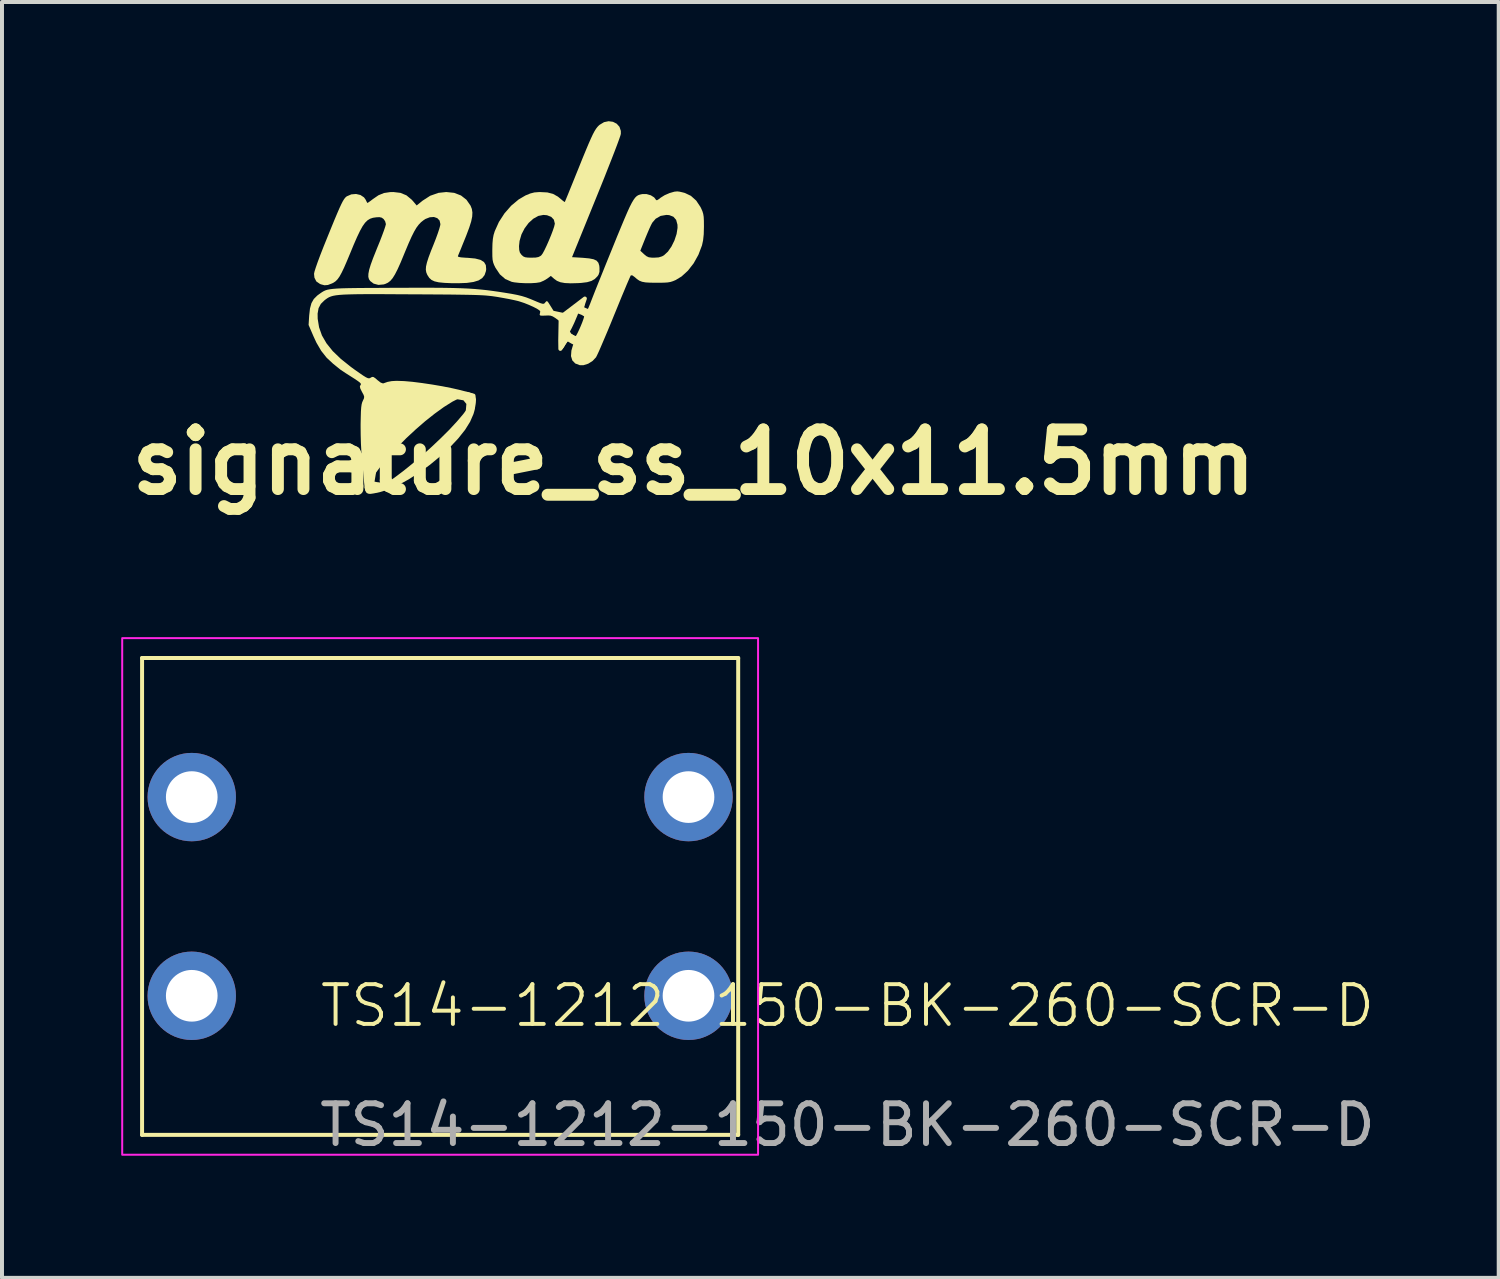
<source format=kicad_pcb>
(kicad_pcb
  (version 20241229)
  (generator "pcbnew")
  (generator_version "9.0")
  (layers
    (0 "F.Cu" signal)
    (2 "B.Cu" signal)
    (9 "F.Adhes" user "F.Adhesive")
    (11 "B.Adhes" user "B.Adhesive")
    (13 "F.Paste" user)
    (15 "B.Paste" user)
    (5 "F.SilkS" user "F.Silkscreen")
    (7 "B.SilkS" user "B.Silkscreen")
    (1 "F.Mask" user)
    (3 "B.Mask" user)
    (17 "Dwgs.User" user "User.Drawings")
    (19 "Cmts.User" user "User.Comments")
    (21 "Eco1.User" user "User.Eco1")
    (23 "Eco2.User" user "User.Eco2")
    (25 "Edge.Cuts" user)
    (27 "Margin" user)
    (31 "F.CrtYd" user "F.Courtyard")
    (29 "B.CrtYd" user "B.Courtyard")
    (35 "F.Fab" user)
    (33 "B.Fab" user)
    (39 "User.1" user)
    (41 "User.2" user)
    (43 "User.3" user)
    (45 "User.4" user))
  (footprint "signature_ss_10x11.5mm"
    (layer "F.Cu")
    (at 9.727 5.748)
    (property "Reference" "signature_ss_10x11.5mm" (at 4.68 2.83 0) (layer "F.SilkS") (effects (font (size 1.5 1.5) (thickness 0.3))))
    (attr board_only exclude_from_pos_files exclude_from_bom)
    (fp_poly (pts (xy -1.31 1.19) (xy -1.089 1.229) (xy -0.99 1.35) (xy -1.01 1.59) (xy -0.889 1.329) (xy -1.039 1.119)) (stroke (width 0.1) (type solid)) (fill yes) (layer "F.SilkS"))
    (fp_poly (pts (xy -3.36 3.06) (xy -3.41 3.36) (xy -3.301 3.383) (xy -2.98 3.42) (xy -3.3 3.54) (xy -3.54 3.516) (xy -3.551 3.467)) (stroke (width 0.1) (type solid)) (fill yes) (layer "F.SilkS"))
    (fp_poly (pts (xy -0.863 1.157) (xy -0.85 1.26) (xy -0.886 1.482) (xy -0.914 1.344) (xy -0.976 1.202) (xy -1.014 1.167) (xy -1.284 1.124) (xy -1.026 1.112)) (stroke (width 0.1) (type solid)) (fill yes) (layer "F.SilkS"))
    (fp_poly (pts (xy 1.33 -0.76) (xy 1.32 -0.233) (xy 1.323 -0.019) (xy 1.46 -0.23) (xy 1.5 -0.27) (xy 1.626 -0.196) (xy 1.76 -0.13) (xy 1.78 -0.28) (xy 1.661 -0.302) (xy 1.57 -0.36) (xy 1.55 -0.38)) (stroke (width 0.1) (type solid)) (fill yes) (layer "F.SilkS"))
    (fp_poly (pts (xy 1.94 -1.286) (xy 1.38 -0.86) (xy 1.6 -0.7) (xy 1.72 -0.97) (xy 1.866 -0.964) (xy 1.972 -0.88) (xy 2.086 -0.804) (xy 2.106 -0.924) (xy 1.99 -0.98) (xy 1.9 -1.02) (xy 1.83 -0.96)) (stroke (width 0.1) (type solid)) (fill yes) (layer "F.SilkS"))
    (fp_poly (pts (xy 2.647 -5.733) (xy 2.741 -5.685) (xy 2.811 -5.607) (xy 2.845 -5.504) (xy 2.845 -5.428) (xy 2.833 -5.383) (xy 2.802 -5.293) (xy 2.754 -5.162) (xy 2.691 -4.996) (xy 2.615 -4.8) (xy 2.527 -4.577) (xy 2.431 -4.333) (xy 2.326 -4.072) (xy 2.224 -3.821) (xy 1.617 -2.327) (xy 1.887 -2.311) (xy 2.047 -2.296) (xy 2.16 -2.274) (xy 2.235 -2.239) (xy 2.28 -2.186) (xy 2.303 -2.111) (xy 2.308 -2.054) (xy 2.307 -1.956) (xy 2.284 -1.885) (xy 2.259 -1.848) (xy 2.19 -1.778) (xy 2.106 -1.729) (xy 1.996 -1.697) (xy 1.848 -1.679) (xy 1.772 -1.674) (xy 1.582 -1.669) (xy 1.436 -1.676) (xy 1.325 -1.696) (xy 1.238 -1.731) (xy 1.173 -1.777) (xy 1.084 -1.855) (xy 0.994 -1.788) (xy 0.909 -1.737) (xy 0.82 -1.698) (xy 0.808 -1.695) (xy 0.715 -1.68) (xy 0.586 -1.672) (xy 0.44 -1.672) (xy 0.295 -1.679) (xy 0.168 -1.693) (xy 0.1 -1.706) (xy -0.063 -1.777) (xy -0.199 -1.895) (xy -0.309 -2.059) (xy -0.309 -2.059) (xy -0.345 -2.132) (xy -0.368 -2.195) (xy -0.382 -2.262) (xy -0.388 -2.349) (xy -0.389 -2.47) (xy -0.389 -2.514) (xy -0.387 -2.605) (xy 0.283 -2.605) (xy 0.288 -2.508) (xy 0.305 -2.442) (xy 0.343 -2.389) (xy 0.348 -2.383) (xy 0.39 -2.346) (xy 0.437 -2.325) (xy 0.506 -2.316) (xy 0.595 -2.314) (xy 0.701 -2.317) (xy 0.771 -2.33) (xy 0.822 -2.356) (xy 0.845 -2.375) (xy 0.878 -2.42) (xy 0.924 -2.505) (xy 0.977 -2.616) (xy 1.033 -2.743) (xy 1.087 -2.873) (xy 1.133 -2.994) (xy 1.167 -3.095) (xy 1.183 -3.163) (xy 1.184 -3.173) (xy 1.16 -3.27) (xy 1.093 -3.341) (xy 0.988 -3.382) (xy 0.898 -3.39) (xy 0.769 -3.365) (xy 0.642 -3.294) (xy 0.525 -3.188) (xy 0.424 -3.053) (xy 0.345 -2.9) (xy 0.297 -2.736) (xy 0.283 -2.605) (xy -0.387 -2.605) (xy -0.385 -2.669) (xy -0.375 -2.787) (xy -0.357 -2.886) (xy -0.327 -2.982) (xy -0.223 -3.213) (xy -0.082 -3.43) (xy 0.086 -3.622) (xy 0.274 -3.779) (xy 0.446 -3.88) (xy 0.565 -3.929) (xy 0.67 -3.956) (xy 0.79 -3.965) (xy 0.817 -3.965) (xy 0.995 -3.956) (xy 1.139 -3.919) (xy 1.262 -3.85) (xy 1.323 -3.8) (xy 1.383 -3.749) (xy 1.424 -3.719) (xy 1.436 -3.716) (xy 1.447 -3.743) (xy 1.476 -3.813) (xy 1.521 -3.922) (xy 1.578 -4.063) (xy 1.646 -4.23) (xy 1.721 -4.417) (xy 1.774 -4.547) (xy 1.876 -4.801) (xy 1.962 -5.01) (xy 2.033 -5.179) (xy 2.092 -5.313) (xy 2.141 -5.418) (xy 2.183 -5.497) (xy 2.221 -5.558) (xy 2.256 -5.604) (xy 2.292 -5.641) (xy 2.312 -5.658) (xy 2.422 -5.724) (xy 2.537 -5.748)) (stroke (width 0) (type solid)) (fill yes) (layer "F.SilkS"))
    (fp_poly (pts (xy -1.347 -3.945) (xy -1.177 -3.879) (xy -1.04 -3.772) (xy -0.937 -3.624) (xy -0.904 -3.541) (xy -0.89 -3.452) (xy -0.895 -3.349) (xy -0.921 -3.224) (xy -0.97 -3.07) (xy -1.042 -2.878) (xy -1.074 -2.798) (xy -1.131 -2.658) (xy -1.181 -2.533) (xy -1.222 -2.435) (xy -1.248 -2.371) (xy -1.256 -2.351) (xy -1.24 -2.334) (xy -1.178 -2.322) (xy -1.066 -2.313) (xy -1.002 -2.31) (xy -0.82 -2.293) (xy -0.687 -2.259) (xy -0.598 -2.204) (xy -0.552 -2.127) (xy -0.543 -2.024) (xy -0.55 -1.975) (xy -0.583 -1.877) (xy -0.643 -1.8) (xy -0.734 -1.742) (xy -0.862 -1.703) (xy -1.03 -1.679) (xy -1.243 -1.671) (xy -1.409 -1.672) (xy -1.595 -1.68) (xy -1.737 -1.694) (xy -1.842 -1.718) (xy -1.919 -1.754) (xy -1.976 -1.806) (xy -2.021 -1.875) (xy -2.026 -1.884) (xy -2.051 -1.945) (xy -2.062 -2.012) (xy -2.057 -2.092) (xy -2.034 -2.193) (xy -1.993 -2.322) (xy -1.931 -2.487) (xy -1.87 -2.638) (xy -1.812 -2.786) (xy -1.762 -2.923) (xy -1.724 -3.038) (xy -1.701 -3.122) (xy -1.695 -3.158) (xy -1.716 -3.249) (xy -1.774 -3.309) (xy -1.859 -3.338) (xy -1.962 -3.331) (xy -2.072 -3.288) (xy -2.119 -3.257) (xy -2.183 -3.206) (xy -2.241 -3.145) (xy -2.298 -3.069) (xy -2.356 -2.97) (xy -2.42 -2.843) (xy -2.493 -2.68) (xy -2.579 -2.475) (xy -2.609 -2.402) (xy -2.697 -2.19) (xy -2.772 -2.023) (xy -2.838 -1.894) (xy -2.897 -1.799) (xy -2.955 -1.731) (xy -3.015 -1.685) (xy -3.081 -1.654) (xy -3.123 -1.641) (xy -3.255 -1.629) (xy -3.375 -1.661) (xy -3.461 -1.726) (xy -3.493 -1.773) (xy -3.509 -1.832) (xy -3.507 -1.909) (xy -3.488 -2.009) (xy -3.449 -2.138) (xy -3.389 -2.303) (xy -3.307 -2.508) (xy -3.286 -2.561) (xy -3.22 -2.722) (xy -3.163 -2.87) (xy -3.116 -2.997) (xy -3.084 -3.093) (xy -3.068 -3.151) (xy -3.067 -3.16) (xy -3.086 -3.23) (xy -3.124 -3.286) (xy -3.172 -3.321) (xy -3.232 -3.334) (xy -3.309 -3.33) (xy -3.392 -3.318) (xy -3.464 -3.294) (xy -3.529 -3.254) (xy -3.591 -3.193) (xy -3.653 -3.106) (xy -3.719 -2.987) (xy -3.793 -2.832) (xy -3.879 -2.635) (xy -3.959 -2.441) (xy -4.047 -2.23) (xy -4.119 -2.064) (xy -4.18 -1.937) (xy -4.233 -1.841) (xy -4.282 -1.772) (xy -4.331 -1.722) (xy -4.383 -1.686) (xy -4.421 -1.667) (xy -4.526 -1.627) (xy -4.612 -1.62) (xy -4.7 -1.643) (xy -4.727 -1.654) (xy -4.817 -1.716) (xy -4.865 -1.811) (xy -4.875 -1.908) (xy -4.864 -1.962) (xy -4.833 -2.061) (xy -4.784 -2.202) (xy -4.718 -2.379) (xy -4.636 -2.589) (xy -4.546 -2.812) (xy -4.444 -3.063) (xy -4.36 -3.268) (xy -4.29 -3.434) (xy -4.234 -3.563) (xy -4.188 -3.662) (xy -4.15 -3.736) (xy -4.118 -3.788) (xy -4.09 -3.824) (xy -4.063 -3.849) (xy -4.048 -3.859) (xy -3.937 -3.907) (xy -3.818 -3.917) (xy -3.707 -3.891) (xy -3.618 -3.832) (xy -3.579 -3.778) (xy -3.551 -3.722) (xy -3.535 -3.691) (xy -3.535 -3.691) (xy -3.513 -3.701) (xy -3.46 -3.738) (xy -3.393 -3.789) (xy -3.253 -3.885) (xy -3.116 -3.941) (xy -2.962 -3.964) (xy -2.879 -3.966) (xy -2.701 -3.945) (xy -2.55 -3.883) (xy -2.418 -3.774) (xy -2.386 -3.739) (xy -2.292 -3.628) (xy -2.144 -3.748) (xy -1.952 -3.872) (xy -1.745 -3.945) (xy -1.547 -3.966)) (stroke (width 0) (type solid)) (fill yes) (layer "F.SilkS"))
    (fp_poly (pts (xy 4.323 -3.975) (xy 4.409 -3.955) (xy 4.457 -3.942) (xy 4.608 -3.87) (xy 4.741 -3.751) (xy 4.848 -3.591) (xy 4.867 -3.553) (xy 4.898 -3.482) (xy 4.918 -3.416) (xy 4.93 -3.341) (xy 4.935 -3.242) (xy 4.936 -3.105) (xy 4.936 -3.094) (xy 4.931 -2.902) (xy 4.915 -2.751) (xy 4.888 -2.627) (xy 4.887 -2.623) (xy 4.797 -2.387) (xy 4.677 -2.172) (xy 4.534 -1.988) (xy 4.374 -1.842) (xy 4.226 -1.752) (xy 4.157 -1.723) (xy 4.094 -1.703) (xy 4.023 -1.691) (xy 3.93 -1.685) (xy 3.802 -1.683) (xy 3.74 -1.683) (xy 3.582 -1.685) (xy 3.465 -1.692) (xy 3.379 -1.708) (xy 3.311 -1.735) (xy 3.25 -1.777) (xy 3.195 -1.825) (xy 3.136 -1.868) (xy 3.098 -1.87) (xy 3.096 -1.868) (xy 3.081 -1.839) (xy 3.048 -1.764) (xy 2.999 -1.651) (xy 2.938 -1.505) (xy 2.865 -1.331) (xy 2.785 -1.135) (xy 2.698 -0.922) (xy 2.678 -0.874) (xy 2.589 -0.655) (xy 2.503 -0.448) (xy 2.423 -0.26) (xy 2.353 -0.096) (xy 2.295 0.038) (xy 2.25 0.134) (xy 2.223 0.188) (xy 2.221 0.192) (xy 2.135 0.284) (xy 2.024 0.354) (xy 1.906 0.391) (xy 1.812 0.391) (xy 1.698 0.348) (xy 1.624 0.271) (xy 1.591 0.163) (xy 1.601 0.024) (xy 1.633 -0.087) (xy 1.66 -0.169) (xy 1.665 -0.214) (xy 1.646 -0.236) (xy 1.603 -0.246) (xy 1.55 -0.256) (xy 1.502 -0.204) (xy 1.46 -0.15) (xy 1.41 -0.06) (xy 1.375 -0.014) (xy 1.343 -0.019) (xy 1.328 -0.061) (xy 1.333 -0.134) (xy 1.36 -0.233) (xy 1.398 -0.324) (xy 1.432 -0.401) (xy 1.6 -0.39) (xy 1.636 -0.371) (xy 1.651 -0.363) (xy 1.7 -0.34) (xy 1.702 -0.33) (xy 1.722 -0.356) (xy 1.758 -0.422) (xy 1.802 -0.515) (xy 1.83 -0.579) (xy 1.873 -0.684) (xy 1.904 -0.77) (xy 1.92 -0.826) (xy 1.92 -0.84) (xy 1.885 -0.858) (xy 1.87 -0.87) (xy 1.77 -0.91) (xy 1.756 -0.87) (xy 1.685 -0.702) (xy 1.668 -0.663) (xy 1.61 -0.542) (xy 1.55 -0.43) (xy 1.59 -0.391) (xy 1.432 -0.401) (xy 1.439 -0.417) (xy 1.468 -0.495) (xy 1.48 -0.542) (xy 1.48 -0.542) (xy 1.459 -0.578) (xy 1.405 -0.633) (xy 1.326 -0.7) (xy 1.291 -0.727) (xy 1.199 -0.794) (xy 1.133 -0.835) (xy 1.079 -0.855) (xy 1.02 -0.86) (xy 0.948 -0.857) (xy 0.86 -0.854) (xy 0.815 -0.86) (xy 0.802 -0.878) (xy 0.804 -0.888) (xy 0.815 -0.947) (xy 0.817 -0.963) (xy 0.795 -0.99) (xy 0.734 -1.03) (xy 0.642 -1.077) (xy 0.533 -1.126) (xy 0.415 -1.173) (xy 0.3 -1.211) (xy 0.256 -1.224) (xy 0.165 -1.245) (xy 0.038 -1.272) (xy -0.108 -1.299) (xy -0.256 -1.325) (xy -0.328 -1.336) (xy -0.398 -1.346) (xy -0.471 -1.354) (xy -0.55 -1.362) (xy -0.642 -1.368) (xy -0.75 -1.373) (xy -0.879 -1.377) (xy -1.033 -1.38) (xy -1.218 -1.383) (xy -1.437 -1.386) (xy -1.696 -1.388) (xy -1.998 -1.39) (xy -2.349 -1.392) (xy -2.412 -1.392) (xy -2.787 -1.394) (xy -3.111 -1.396) (xy -3.39 -1.396) (xy -3.627 -1.396) (xy -3.826 -1.394) (xy -3.992 -1.39) (xy -4.127 -1.385) (xy -4.237 -1.377) (xy -4.325 -1.367) (xy -4.395 -1.354) (xy -4.451 -1.338) (xy -4.497 -1.319) (xy -4.537 -1.296) (xy -4.576 -1.269) (xy -4.61 -1.243) (xy -4.704 -1.151) (xy -4.761 -1.043) (xy -4.785 -0.907) (xy -4.783 -0.775) (xy -4.748 -0.561) (xy -4.676 -0.357) (xy -4.562 -0.16) (xy -4.405 0.036) (xy -4.2 0.233) (xy -3.947 0.435) (xy -3.864 0.496) (xy -3.731 0.589) (xy -3.635 0.655) (xy -3.568 0.696) (xy -3.522 0.717) (xy -3.49 0.722) (xy -3.465 0.715) (xy -3.451 0.706) (xy -3.413 0.686) (xy -3.379 0.689) (xy -3.333 0.719) (xy -3.28 0.766) (xy -3.197 0.83) (xy -3.14 0.85) (xy -3.126 0.847) (xy -3.026 0.812) (xy -2.923 0.792) (xy -2.801 0.785) (xy -2.645 0.79) (xy -2.598 0.792) (xy -2.395 0.81) (xy -2.158 0.84) (xy -1.902 0.878) (xy -1.645 0.922) (xy -1.403 0.97) (xy -1.227 1.01) (xy -1.067 1.051) (xy -0.955 1.084) (xy -0.884 1.11) (xy -0.849 1.132) (xy -0.845 1.153) (xy -0.846 1.155) (xy -0.843 1.19) (xy -0.835 1.197) (xy -0.814 1.238) (xy -0.808 1.318) (xy -0.817 1.422) (xy -0.839 1.537) (xy -0.863 1.62) (xy -0.948 1.815) (xy -1.075 2.019) (xy -1.247 2.235) (xy -1.45 2.451) (xy -1.697 2.682) (xy -1.959 2.898) (xy -2.228 3.094) (xy -2.496 3.266) (xy -2.756 3.409) (xy -3.001 3.517) (xy -3.224 3.587) (xy -3.251 3.593) (xy -3.369 3.617) (xy -3.448 3.629) (xy -3.498 3.628) (xy -3.534 3.614) (xy -3.557 3.599) (xy -3.583 3.556) (xy -3.587 3.535) (xy -3.552 3.535) (xy -3.529 3.553) (xy -3.471 3.551) (xy -3.389 3.531) (xy -3.296 3.497) (xy -3.24 3.47) (xy -3.061 3.364) (xy -2.855 3.224) (xy -2.63 3.055) (xy -2.393 2.864) (xy -2.151 2.658) (xy -1.912 2.443) (xy -1.682 2.225) (xy -1.468 2.012) (xy -1.279 1.808) (xy -1.12 1.621) (xy -1.003 1.462) (xy -0.937 1.343) (xy -0.916 1.251) (xy -0.937 1.191) (xy -0.998 1.165) (xy -1.097 1.176) (xy -1.199 1.211) (xy -1.391 1.308) (xy -1.606 1.443) (xy -1.836 1.609) (xy -2.076 1.799) (xy -2.318 2.009) (xy -2.556 2.23) (xy -2.782 2.458) (xy -2.992 2.685) (xy -3.176 2.906) (xy -3.33 3.114) (xy -3.446 3.303) (xy -3.472 3.354) (xy -3.512 3.439) (xy -3.541 3.504) (xy -3.552 3.535) (xy -3.552 3.535) (xy -3.587 3.535) (xy -3.602 3.471) (xy -3.616 3.339) (xy -3.616 3.336) (xy -3.626 3.22) (xy -3.639 3.069) (xy -3.654 2.902) (xy -3.67 2.739) (xy -3.671 2.731) (xy -3.684 2.562) (xy -3.695 2.36) (xy -3.701 2.145) (xy -3.703 1.936) (xy -3.703 1.87) (xy -3.699 1.689) (xy -3.695 1.553) (xy -3.688 1.453) (xy -3.678 1.381) (xy -3.664 1.327) (xy -3.647 1.287) (xy -3.62 1.229) (xy -3.613 1.186) (xy -3.628 1.138) (xy -3.668 1.064) (xy -3.669 1.062) (xy -3.71 0.98) (xy -3.722 0.929) (xy -3.709 0.897) (xy -3.696 0.877) (xy -3.698 0.856) (xy -3.72 0.83) (xy -3.769 0.792) (xy -3.85 0.737) (xy -3.971 0.66) (xy -3.982 0.653) (xy -4.078 0.592) (xy -4.16 0.538) (xy -4.214 0.501) (xy -4.224 0.493) (xy -4.266 0.459) (xy -4.334 0.404) (xy -4.396 0.354) (xy -4.558 0.203) (xy -4.694 0.031) (xy -4.814 -0.174) (xy -4.886 -0.329) (xy -5.012 -0.621) (xy -4.997 -0.859) (xy -4.977 -1.035) (xy -4.94 -1.17) (xy -4.881 -1.274) (xy -4.794 -1.361) (xy -4.759 -1.387) (xy -4.713 -1.42) (xy -4.672 -1.448) (xy -4.633 -1.471) (xy -4.59 -1.491) (xy -4.54 -1.507) (xy -4.478 -1.519) (xy -4.399 -1.529) (xy -4.3 -1.537) (xy -4.175 -1.543) (xy -4.02 -1.547) (xy -3.831 -1.55) (xy -3.603 -1.552) (xy -3.332 -1.553) (xy -3.013 -1.555) (xy -2.866 -1.556) (xy -2.481 -1.557) (xy -2.145 -1.558) (xy -1.851 -1.557) (xy -1.594 -1.555) (xy -1.369 -1.551) (xy -1.17 -1.545) (xy -0.992 -1.537) (xy -0.828 -1.526) (xy -0.673 -1.512) (xy -0.522 -1.496) (xy -0.369 -1.476) (xy -0.209 -1.453) (xy -0.094 -1.435) (xy 0.091 -1.405) (xy 0.237 -1.377) (xy 0.356 -1.348) (xy 0.463 -1.315) (xy 0.572 -1.273) (xy 0.632 -1.248) (xy 0.751 -1.198) (xy 0.829 -1.167) (xy 0.879 -1.154) (xy 0.909 -1.155) (xy 0.93 -1.171) (xy 0.944 -1.189) (xy 0.97 -1.217) (xy 0.991 -1.22) (xy 1.019 -1.189) (xy 1.063 -1.12) (xy 1.069 -1.11) (xy 1.152 -0.977) (xy 1.379 -0.929) (xy 1.486 -0.908) (xy 1.574 -0.895) (xy 1.63 -0.89) (xy 1.639 -0.892) (xy 1.665 -0.919) (xy 1.706 -0.983) (xy 1.754 -1.072) (xy 1.77 -1.104) (xy 1.831 -1.214) (xy 1.881 -1.282) (xy 1.918 -1.307) (xy 1.94 -1.286) (xy 1.942 -1.218) (xy 1.942 -1.211) (xy 1.92 -1.07) (xy 1.929 -1.014) (xy 1.935 -0.972) (xy 1.952 -0.956) (xy 1.962 -0.955) (xy 1.99 -0.98) (xy 2.028 -1.048) (xy 2.07 -1.15) (xy 2.073 -1.157) (xy 2.098 -1.223) (xy 2.141 -1.333) (xy 2.199 -1.481) (xy 2.271 -1.661) (xy 2.354 -1.866) (xy 2.445 -2.092) (xy 2.542 -2.332) (xy 2.606 -2.489) (xy 3.335 -2.489) (xy 3.429 -2.401) (xy 3.491 -2.351) (xy 3.548 -2.324) (xy 3.623 -2.315) (xy 3.682 -2.314) (xy 3.797 -2.321) (xy 3.883 -2.348) (xy 3.931 -2.375) (xy 4.03 -2.467) (xy 4.12 -2.597) (xy 4.195 -2.75) (xy 4.248 -2.911) (xy 4.272 -3.064) (xy 4.27 -3.144) (xy 4.237 -3.265) (xy 4.168 -3.344) (xy 4.063 -3.385) (xy 3.991 -3.39) (xy 3.846 -3.365) (xy 3.722 -3.294) (xy 3.636 -3.194) (xy 3.605 -3.135) (xy 3.561 -3.04) (xy 3.51 -2.921) (xy 3.459 -2.798) (xy 3.335 -2.489) (xy 2.606 -2.489) (xy 2.633 -2.556) (xy 2.751 -2.847) (xy 2.852 -3.091) (xy 2.937 -3.294) (xy 3.008 -3.459) (xy 3.068 -3.591) (xy 3.12 -3.693) (xy 3.165 -3.769) (xy 3.205 -3.824) (xy 3.244 -3.862) (xy 3.282 -3.886) (xy 3.323 -3.901) (xy 3.369 -3.911) (xy 3.386 -3.914) (xy 3.494 -3.914) (xy 3.599 -3.884) (xy 3.683 -3.831) (xy 3.715 -3.79) (xy 3.734 -3.762) (xy 3.759 -3.761) (xy 3.803 -3.788) (xy 3.845 -3.822) (xy 3.947 -3.886) (xy 4.071 -3.94) (xy 4.193 -3.975) (xy 4.264 -3.982)) (stroke (width 0) (type solid)) (fill yes) (layer "F.SilkS")))
  (footprint "TS14-1212-150-BK-260-SCR-D"
    (layer "F.Cu")
    (at 8.025 19.507)
    (property "Reference" "TS14-1212-150-BK-260-SCR-D" (at 10.25 2.75 0) (unlocked yes) (layer "F.SilkS") (effects (font (size 1 1) (thickness 0.1))))
    (attr through_hole)
    (fp_line (start -7.5 -6) (end 7.5 -6) (stroke (width 0.1) (type default)) (layer "F.SilkS"))
    (fp_line (start -7.5 6) (end -7.5 -6) (stroke (width 0.1) (type default)) (layer "F.SilkS"))
    (fp_line (start 7.5 6) (end -7.5 6) (stroke (width 0.1) (type default)) (layer "F.SilkS"))
    (fp_line (start 7.5 6) (end 7.5 -6) (stroke (width 0.1) (type default)) (layer "F.SilkS"))
    (fp_rect (start -8 -6.5) (end 8 6.5) (stroke (width 0.05) (type default)) (fill no) (layer "F.CrtYd"))
    (fp_text user "${REFERENCE}" (at 10.25 5.75 0) (unlocked yes) (layer "F.Fab") (effects (font (size 1 1) (thickness 0.15))))
    (pad "1" thru_hole circle (at -6.25 -2.5) (size 2.224 2.224) (drill 1.3) (layers "*.Cu" "*.Mask"))
    (pad "2" thru_hole circle (at 6.25 -2.5) (size 2.224 2.224) (drill 1.3) (layers "*.Cu" "*.Mask"))
    (pad "3" thru_hole circle (at -6.25 2.5) (size 2.224 2.224) (drill 1.3) (layers "*.Cu" "*.Mask"))
    (pad "4" thru_hole circle (at 6.25 2.5) (size 2.224 2.224) (drill 1.3) (layers "*.Cu" "*.Mask")))
  (gr_rect
    (start -3 -3)
    (end 34.662 29.105)
    (stroke (width 0.1) (type default))
    (fill no)
    (layer "Edge.Cuts")))
</source>
